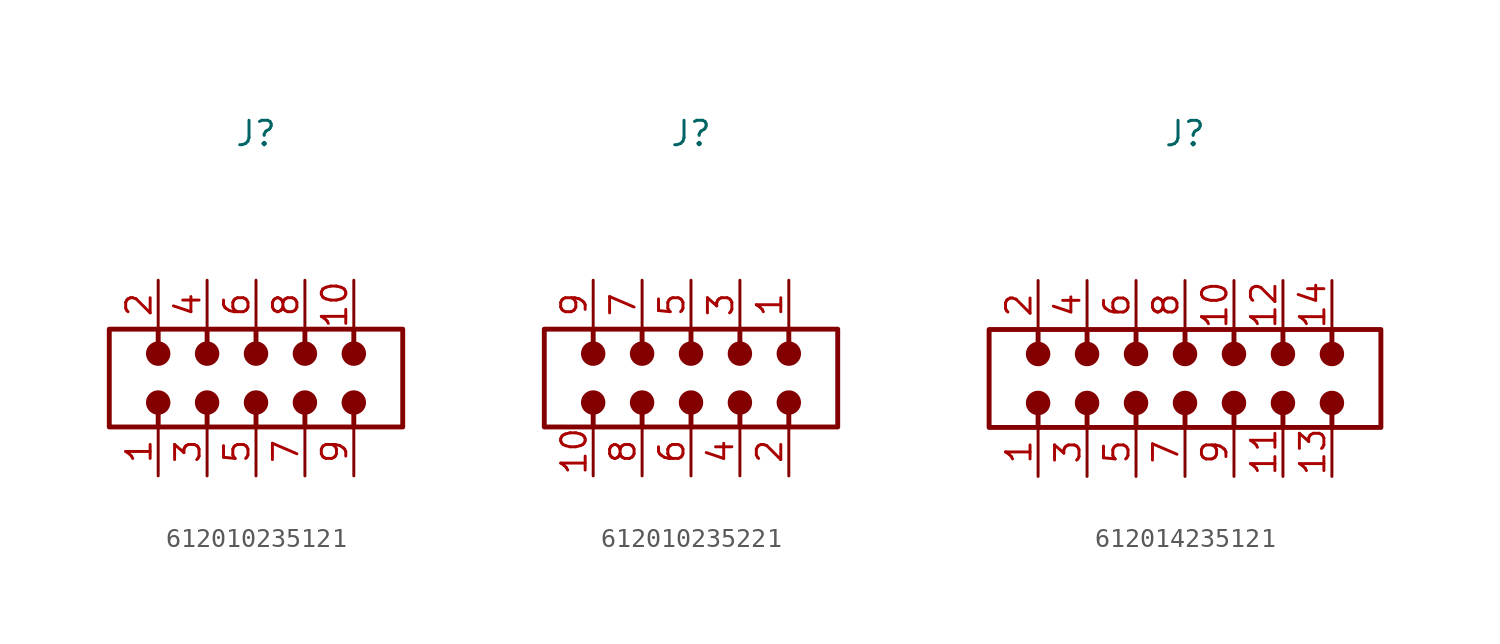
<source format=kicad_sym>
(kicad_symbol_lib
  (version 20241209)
  (generator "kicad_symbol_editor")
  (generator_version "9.0")
  (symbol "612010235121"
    (pin_names
      (hide yes))
    (property "Reference" "J"
      (at 0 12.7 0)
      (effects (font (size 1.27 1.27))))
    (symbol "612010235121_1_1"
      (rectangle (start -7.62 2.54) (end 7.62 -2.54) (stroke (width 0.254) (type solid)) (fill (type none)))
      (polyline (pts (xy -5.08 1.778) (xy -5.08 2.54)) (stroke (width 0.254) (type solid)) (fill (type none)))
      (circle (center -5.08 1.27) (radius 0.508) (stroke (width 0.254) (type solid)) (fill (type outline)))
      (circle (center -5.08 -1.27) (radius 0.508) (stroke (width 0.254) (type solid)) (fill (type outline)))
      (polyline (pts (xy -5.08 -1.778) (xy -5.08 -2.54)) (stroke (width 0.254) (type solid)) (fill (type none)))
      (polyline (pts (xy -2.54 1.778) (xy -2.54 2.54)) (stroke (width 0.254) (type solid)) (fill (type none)))
      (circle (center -2.54 1.27) (radius 0.508) (stroke (width 0.254) (type solid)) (fill (type outline)))
      (circle (center -2.54 -1.27) (radius 0.508) (stroke (width 0.254) (type solid)) (fill (type outline)))
      (polyline (pts (xy -2.54 -1.778) (xy -2.54 -2.54)) (stroke (width 0.254) (type solid)) (fill (type none)))
      (polyline (pts (xy 0 1.778) (xy 0 2.54)) (stroke (width 0.254) (type solid)) (fill (type none)))
      (circle (center 0 1.27) (radius 0.508) (stroke (width 0.254) (type solid)) (fill (type outline)))
      (circle (center 0 -1.27) (radius 0.508) (stroke (width 0.254) (type solid)) (fill (type outline)))
      (polyline (pts (xy 0 -1.778) (xy 0 -2.54)) (stroke (width 0.254) (type solid)) (fill (type none)))
      (polyline (pts (xy 2.54 1.778) (xy 2.54 2.54)) (stroke (width 0.254) (type solid)) (fill (type none)))
      (circle (center 2.54 1.27) (radius 0.508) (stroke (width 0.254) (type solid)) (fill (type outline)))
      (circle (center 2.54 -1.27) (radius 0.508) (stroke (width 0.254) (type solid)) (fill (type outline)))
      (polyline (pts (xy 2.54 -1.778) (xy 2.54 -2.54)) (stroke (width 0.254) (type solid)) (fill (type none)))
      (polyline (pts (xy 5.08 1.778) (xy 5.08 2.54)) (stroke (width 0.254) (type solid)) (fill (type none)))
      (circle (center 5.08 1.27) (radius 0.508) (stroke (width 0.254) (type solid)) (fill (type outline)))
      (circle (center 5.08 -1.27) (radius 0.508) (stroke (width 0.254) (type solid)) (fill (type outline)))
      (polyline (pts (xy 5.08 -1.778) (xy 5.08 -2.54)) (stroke (width 0.254) (type solid)) (fill (type none)))
      (pin passive line (at -5.08 5.08 270) (length 2.54) (name "2" (effects (font (size 1.27 1.27)))) (number "2" (effects (font (size 1.27 1.27)))))
      (pin passive line (at -5.08 -5.08 90) (length 2.54) (name "1" (effects (font (size 1.27 1.27)))) (number "1" (effects (font (size 1.27 1.27)))))
      (pin passive line (at -2.54 5.08 270) (length 2.54) (name "4" (effects (font (size 1.27 1.27)))) (number "4" (effects (font (size 1.27 1.27)))))
      (pin passive line (at -2.54 -5.08 90) (length 2.54) (name "3" (effects (font (size 1.27 1.27)))) (number "3" (effects (font (size 1.27 1.27)))))
      (pin passive line (at 0 5.08 270) (length 2.54) (name "6" (effects (font (size 1.27 1.27)))) (number "6" (effects (font (size 1.27 1.27)))))
      (pin passive line (at 0 -5.08 90) (length 2.54) (name "5" (effects (font (size 1.27 1.27)))) (number "5" (effects (font (size 1.27 1.27)))))
      (pin passive line (at 2.54 5.08 270) (length 2.54) (name "8" (effects (font (size 1.27 1.27)))) (number "8" (effects (font (size 1.27 1.27)))))
      (pin passive line (at 2.54 -5.08 90) (length 2.54) (name "7" (effects (font (size 1.27 1.27)))) (number "7" (effects (font (size 1.27 1.27)))))
      (pin passive line (at 5.08 5.08 270) (length 2.54) (name "10" (effects (font (size 1.27 1.27)))) (number "10" (effects (font (size 1.27 1.27)))))
      (pin passive line (at 5.08 -5.08 90) (length 2.54) (name "9" (effects (font (size 1.27 1.27)))) (number "9" (effects (font (size 1.27 1.27)))))))
  (symbol "612010235221"
    (pin_names
      (hide yes))
    (property "Reference" "J"
      (at 0 12.7 0)
      (effects (font (size 1.27 1.27))))
    (symbol "612010235221_1_1"
      (rectangle (start -7.62 2.54) (end 7.62 -2.54) (stroke (width 0.254) (type solid)) (fill (type none)))
      (polyline (pts (xy -5.08 1.778) (xy -5.08 2.54)) (stroke (width 0.254) (type solid)) (fill (type none)))
      (circle (center -5.08 1.27) (radius 0.508) (stroke (width 0.254) (type solid)) (fill (type outline)))
      (circle (center -5.08 -1.27) (radius 0.508) (stroke (width 0.254) (type solid)) (fill (type outline)))
      (polyline (pts (xy -5.08 -1.778) (xy -5.08 -2.54)) (stroke (width 0.254) (type solid)) (fill (type none)))
      (polyline (pts (xy -2.54 1.778) (xy -2.54 2.54)) (stroke (width 0.254) (type solid)) (fill (type none)))
      (circle (center -2.54 1.27) (radius 0.508) (stroke (width 0.254) (type solid)) (fill (type outline)))
      (circle (center -2.54 -1.27) (radius 0.508) (stroke (width 0.254) (type solid)) (fill (type outline)))
      (polyline (pts (xy -2.54 -1.778) (xy -2.54 -2.54)) (stroke (width 0.254) (type solid)) (fill (type none)))
      (polyline (pts (xy 0 1.778) (xy 0 2.54)) (stroke (width 0.254) (type solid)) (fill (type none)))
      (circle (center 0 1.27) (radius 0.508) (stroke (width 0.254) (type solid)) (fill (type outline)))
      (circle (center 0 -1.27) (radius 0.508) (stroke (width 0.254) (type solid)) (fill (type outline)))
      (polyline (pts (xy 0 -1.778) (xy 0 -2.54)) (stroke (width 0.254) (type solid)) (fill (type none)))
      (polyline (pts (xy 2.54 1.778) (xy 2.54 2.54)) (stroke (width 0.254) (type solid)) (fill (type none)))
      (circle (center 2.54 1.27) (radius 0.508) (stroke (width 0.254) (type solid)) (fill (type outline)))
      (circle (center 2.54 -1.27) (radius 0.508) (stroke (width 0.254) (type solid)) (fill (type outline)))
      (polyline (pts (xy 2.54 -1.778) (xy 2.54 -2.54)) (stroke (width 0.254) (type solid)) (fill (type none)))
      (polyline (pts (xy 5.08 1.778) (xy 5.08 2.54)) (stroke (width 0.254) (type solid)) (fill (type none)))
      (circle (center 5.08 1.27) (radius 0.508) (stroke (width 0.254) (type solid)) (fill (type outline)))
      (circle (center 5.08 -1.27) (radius 0.508) (stroke (width 0.254) (type solid)) (fill (type outline)))
      (polyline (pts (xy 5.08 -1.778) (xy 5.08 -2.54)) (stroke (width 0.254) (type solid)) (fill (type none)))
      (pin passive line (at -5.08 5.08 270) (length 2.54) (name "9" (effects (font (size 1.27 1.27)))) (number "9" (effects (font (size 1.27 1.27)))))
      (pin passive line (at -5.08 -5.08 90) (length 2.54) (name "10" (effects (font (size 1.27 1.27)))) (number "10" (effects (font (size 1.27 1.27)))))
      (pin passive line (at -2.54 5.08 270) (length 2.54) (name "7" (effects (font (size 1.27 1.27)))) (number "7" (effects (font (size 1.27 1.27)))))
      (pin passive line (at -2.54 -5.08 90) (length 2.54) (name "8" (effects (font (size 1.27 1.27)))) (number "8" (effects (font (size 1.27 1.27)))))
      (pin passive line (at 0 5.08 270) (length 2.54) (name "5" (effects (font (size 1.27 1.27)))) (number "5" (effects (font (size 1.27 1.27)))))
      (pin passive line (at 0 -5.08 90) (length 2.54) (name "6" (effects (font (size 1.27 1.27)))) (number "6" (effects (font (size 1.27 1.27)))))
      (pin passive line (at 2.54 5.08 270) (length 2.54) (name "3" (effects (font (size 1.27 1.27)))) (number "3" (effects (font (size 1.27 1.27)))))
      (pin passive line (at 2.54 -5.08 90) (length 2.54) (name "4" (effects (font (size 1.27 1.27)))) (number "4" (effects (font (size 1.27 1.27)))))
      (pin passive line (at 5.08 5.08 270) (length 2.54) (name "1" (effects (font (size 1.27 1.27)))) (number "1" (effects (font (size 1.27 1.27)))))
      (pin passive line (at 5.08 -5.08 90) (length 2.54) (name "2" (effects (font (size 1.27 1.27)))) (number "2" (effects (font (size 1.27 1.27)))))))
  (symbol "612014235121"
    (pin_names
      (hide yes))
    (property "Reference" "J"
      (at 0 12.7 0)
      (effects (font (size 1.27 1.27))))
    (symbol "612014235121_1_1"
      (rectangle (start -10.16 2.54) (end 10.16 -2.54) (stroke (width 0.254) (type solid)) (fill (type none)))
      (polyline (pts (xy -7.62 1.778) (xy -7.62 2.54)) (stroke (width 0.254) (type solid)) (fill (type none)))
      (circle (center -7.62 1.27) (radius 0.508) (stroke (width 0.254) (type solid)) (fill (type outline)))
      (circle (center -7.62 -1.27) (radius 0.508) (stroke (width 0.254) (type solid)) (fill (type outline)))
      (polyline (pts (xy -7.62 -1.778) (xy -7.62 -2.54)) (stroke (width 0.254) (type solid)) (fill (type none)))
      (polyline (pts (xy -5.08 1.778) (xy -5.08 2.54)) (stroke (width 0.254) (type solid)) (fill (type none)))
      (circle (center -5.08 1.27) (radius 0.508) (stroke (width 0.254) (type solid)) (fill (type outline)))
      (circle (center -5.08 -1.27) (radius 0.508) (stroke (width 0.254) (type solid)) (fill (type outline)))
      (polyline (pts (xy -5.08 -1.778) (xy -5.08 -2.54)) (stroke (width 0.254) (type solid)) (fill (type none)))
      (polyline (pts (xy -2.54 1.778) (xy -2.54 2.54)) (stroke (width 0.254) (type solid)) (fill (type none)))
      (circle (center -2.54 1.27) (radius 0.508) (stroke (width 0.254) (type solid)) (fill (type outline)))
      (circle (center -2.54 -1.27) (radius 0.508) (stroke (width 0.254) (type solid)) (fill (type outline)))
      (polyline (pts (xy -2.54 -1.778) (xy -2.54 -2.54)) (stroke (width 0.254) (type solid)) (fill (type none)))
      (polyline (pts (xy 0 1.778) (xy 0 2.54)) (stroke (width 0.254) (type solid)) (fill (type none)))
      (circle (center 0 1.27) (radius 0.508) (stroke (width 0.254) (type solid)) (fill (type outline)))
      (circle (center 0 -1.27) (radius 0.508) (stroke (width 0.254) (type solid)) (fill (type outline)))
      (polyline (pts (xy 0 -1.778) (xy 0 -2.54)) (stroke (width 0.254) (type solid)) (fill (type none)))
      (polyline (pts (xy 2.54 1.778) (xy 2.54 2.54)) (stroke (width 0.254) (type solid)) (fill (type none)))
      (circle (center 2.54 1.27) (radius 0.508) (stroke (width 0.254) (type solid)) (fill (type outline)))
      (circle (center 2.54 -1.27) (radius 0.508) (stroke (width 0.254) (type solid)) (fill (type outline)))
      (polyline (pts (xy 2.54 -1.778) (xy 2.54 -2.54)) (stroke (width 0.254) (type solid)) (fill (type none)))
      (polyline (pts (xy 5.08 1.778) (xy 5.08 2.54)) (stroke (width 0.254) (type solid)) (fill (type none)))
      (circle (center 5.08 1.27) (radius 0.508) (stroke (width 0.254) (type solid)) (fill (type outline)))
      (circle (center 5.08 -1.27) (radius 0.508) (stroke (width 0.254) (type solid)) (fill (type outline)))
      (polyline (pts (xy 5.08 -1.778) (xy 5.08 -2.54)) (stroke (width 0.254) (type solid)) (fill (type none)))
      (polyline (pts (xy 7.62 1.778) (xy 7.62 2.54)) (stroke (width 0.254) (type solid)) (fill (type none)))
      (circle (center 7.62 1.27) (radius 0.508) (stroke (width 0.254) (type solid)) (fill (type outline)))
      (circle (center 7.62 -1.27) (radius 0.508) (stroke (width 0.254) (type solid)) (fill (type outline)))
      (polyline (pts (xy 7.62 -1.778) (xy 7.62 -2.54)) (stroke (width 0.254) (type solid)) (fill (type none)))
      (pin passive line (at -7.62 5.08 270) (length 2.54) (name "2" (effects (font (size 1.27 1.27)))) (number "2" (effects (font (size 1.27 1.27)))))
      (pin passive line (at -7.62 -5.08 90) (length 2.54) (name "1" (effects (font (size 1.27 1.27)))) (number "1" (effects (font (size 1.27 1.27)))))
      (pin passive line (at -5.08 5.08 270) (length 2.54) (name "4" (effects (font (size 1.27 1.27)))) (number "4" (effects (font (size 1.27 1.27)))))
      (pin passive line (at -5.08 -5.08 90) (length 2.54) (name "3" (effects (font (size 1.27 1.27)))) (number "3" (effects (font (size 1.27 1.27)))))
      (pin passive line (at -2.54 5.08 270) (length 2.54) (name "6" (effects (font (size 1.27 1.27)))) (number "6" (effects (font (size 1.27 1.27)))))
      (pin passive line (at -2.54 -5.08 90) (length 2.54) (name "5" (effects (font (size 1.27 1.27)))) (number "5" (effects (font (size 1.27 1.27)))))
      (pin passive line (at 0 5.08 270) (length 2.54) (name "8" (effects (font (size 1.27 1.27)))) (number "8" (effects (font (size 1.27 1.27)))))
      (pin passive line (at 0 -5.08 90) (length 2.54) (name "7" (effects (font (size 1.27 1.27)))) (number "7" (effects (font (size 1.27 1.27)))))
      (pin passive line (at 2.54 5.08 270) (length 2.54) (name "10" (effects (font (size 1.27 1.27)))) (number "10" (effects (font (size 1.27 1.27)))))
      (pin passive line (at 2.54 -5.08 90) (length 2.54) (name "9" (effects (font (size 1.27 1.27)))) (number "9" (effects (font (size 1.27 1.27)))))
      (pin passive line (at 5.08 5.08 270) (length 2.54) (name "12" (effects (font (size 1.27 1.27)))) (number "12" (effects (font (size 1.27 1.27)))))
      (pin passive line (at 5.08 -5.08 90) (length 2.54) (name "11" (effects (font (size 1.27 1.27)))) (number "11" (effects (font (size 1.27 1.27)))))
      (pin passive line (at 7.62 5.08 270) (length 2.54) (name "14" (effects (font (size 1.27 1.27)))) (number "14" (effects (font (size 1.27 1.27)))))
      (pin passive line (at 7.62 -5.08 90) (length 2.54) (name "13" (effects (font (size 1.27 1.27)))) (number "13" (effects (font (size 1.27 1.27))))))))
</source>
